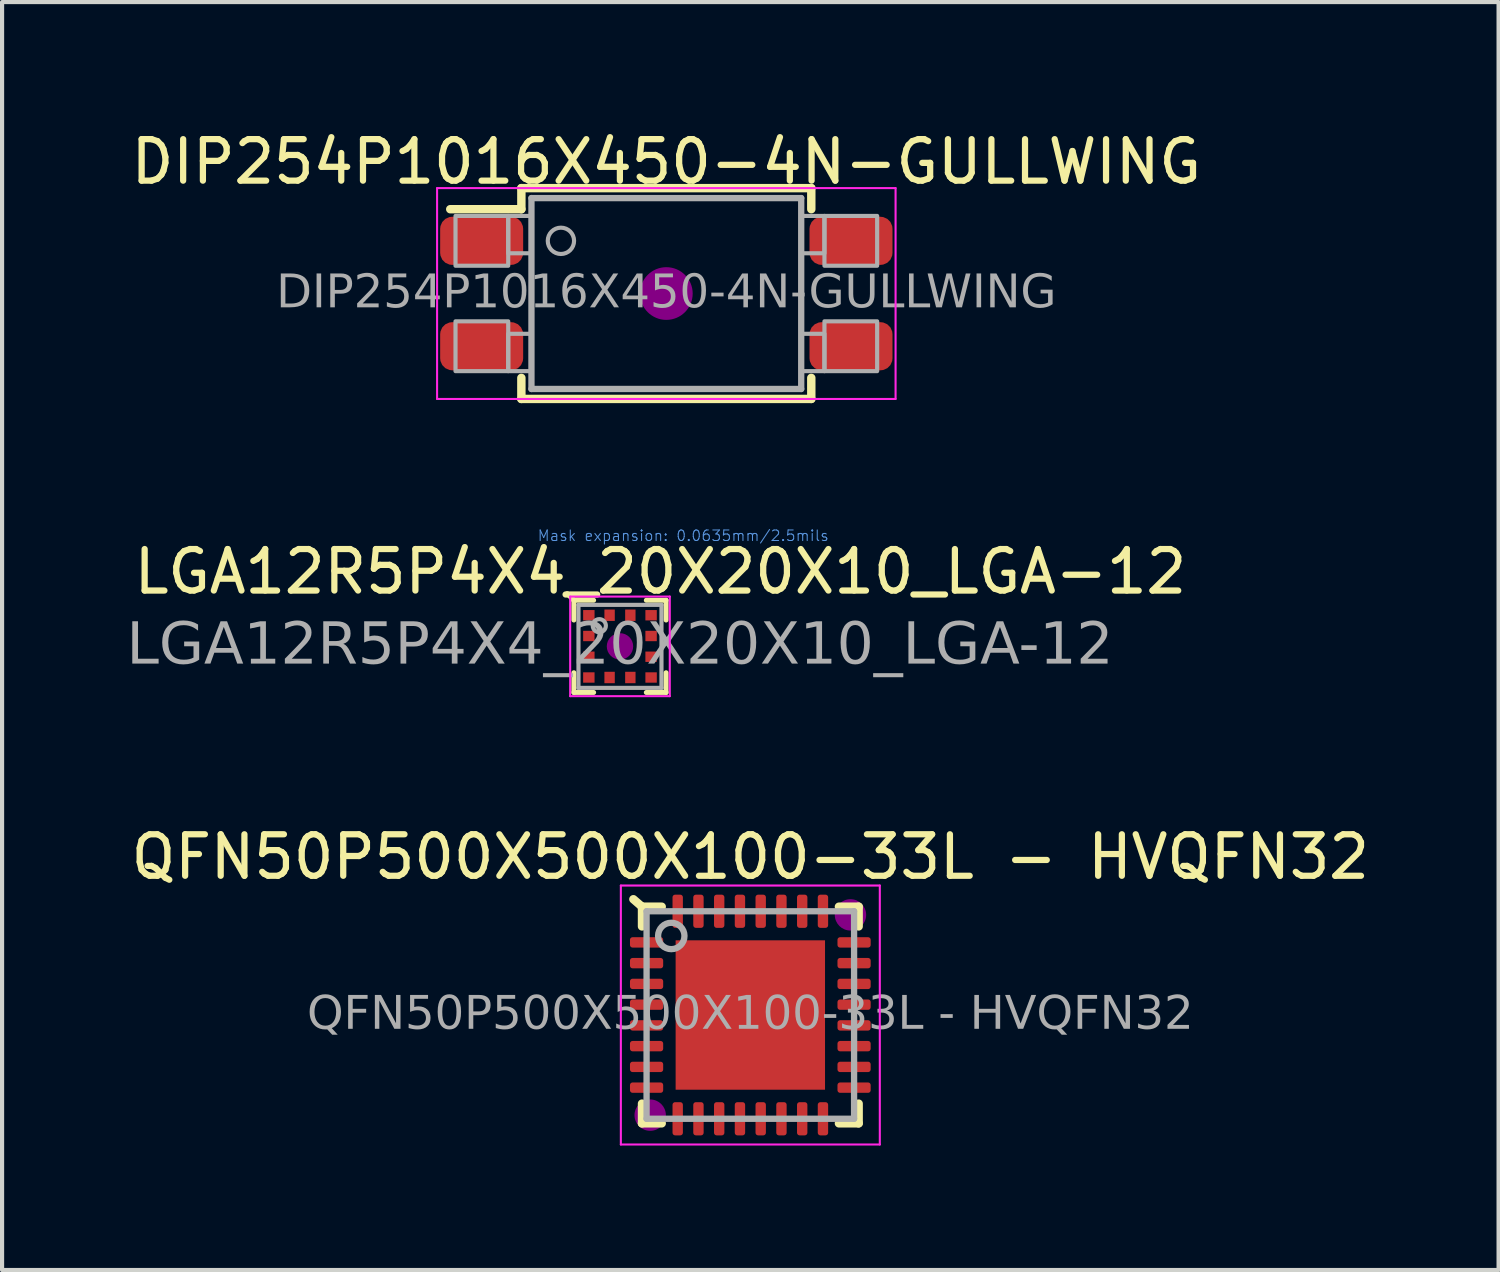
<source format=kicad_pcb>
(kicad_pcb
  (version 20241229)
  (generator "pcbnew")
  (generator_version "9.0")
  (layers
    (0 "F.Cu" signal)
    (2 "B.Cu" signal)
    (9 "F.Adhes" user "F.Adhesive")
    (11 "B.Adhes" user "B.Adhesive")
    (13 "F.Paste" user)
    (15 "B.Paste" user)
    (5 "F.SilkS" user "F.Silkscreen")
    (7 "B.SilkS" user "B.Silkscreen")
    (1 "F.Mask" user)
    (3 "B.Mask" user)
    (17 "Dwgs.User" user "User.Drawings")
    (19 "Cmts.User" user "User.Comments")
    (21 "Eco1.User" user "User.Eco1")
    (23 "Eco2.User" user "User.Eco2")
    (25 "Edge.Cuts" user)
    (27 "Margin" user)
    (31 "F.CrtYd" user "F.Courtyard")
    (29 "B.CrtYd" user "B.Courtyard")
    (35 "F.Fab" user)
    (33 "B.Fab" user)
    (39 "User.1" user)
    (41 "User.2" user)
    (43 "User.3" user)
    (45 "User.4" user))
  (footprint "DIP254P1016X450-4N-GULLWING"
    (layer "F.Cu")
    (at 13.006 4.023)
    (property "Reference" "DIP254P1016X450-4N-GULLWING" (at 0 -3.175 0) (layer "F.SilkS") (effects (font (size 1 1) (thickness 0.15))))
    (attr smd)
    (fp_line (start -3.493 -2.032) (end -5.207 -2.032) (stroke (width 0.203) (type solid)) (layer "F.SilkS"))
    (fp_line (start -3.493 -2.032) (end -3.493 -2.54) (stroke (width 0.203) (type solid)) (layer "F.SilkS"))
    (fp_line (start -3.493 2.54) (end -3.493 2.032) (stroke (width 0.203) (type solid)) (layer "F.SilkS"))
    (fp_line (start -3.493 2.54) (end 3.493 2.54) (stroke (width 0.203) (type solid)) (layer "F.SilkS"))
    (fp_line (start 3.493 -2.54) (end -3.493 -2.54) (stroke (width 0.203) (type solid)) (layer "F.SilkS"))
    (fp_line (start 3.493 -2.032) (end 3.493 -2.54) (stroke (width 0.203) (type solid)) (layer "F.SilkS"))
    (fp_line (start 3.493 2.54) (end 3.493 2.032) (stroke (width 0.203) (type solid)) (layer "F.SilkS"))
    (fp_circle (center 0 0) (end 0.635 0) (stroke (width 0) (type solid)) (fill yes) (layer "F.Adhes"))
    (fp_line (start -5.524 -2.54) (end -5.524 2.54) (stroke (width 0.05) (type solid)) (layer "F.CrtYd"))
    (fp_line (start -5.524 2.54) (end 5.524 2.54) (stroke (width 0.05) (type solid)) (layer "F.CrtYd"))
    (fp_line (start 5.524 -2.54) (end -5.524 -2.54) (stroke (width 0.05) (type solid)) (layer "F.CrtYd"))
    (fp_line (start 5.524 2.54) (end 5.524 -2.54) (stroke (width 0.05) (type solid)) (layer "F.CrtYd"))
    (fp_line (start -3.25 -2.3) (end 3.25 -2.3) (stroke (width 0.152) (type solid)) (layer "F.Fab"))
    (fp_line (start -3.25 2.3) (end -3.25 -2.3) (stroke (width 0.152) (type solid)) (layer "F.Fab"))
    (fp_line (start -3.25 2.3) (end 3.25 2.3) (stroke (width 0.152) (type solid)) (layer "F.Fab"))
    (fp_line (start 3.25 -2.3) (end 3.25 2.3) (stroke (width 0.152) (type solid)) (layer "F.Fab"))
    (fp_rect (start -5.08 -1.87) (end -3.81 -0.67) (stroke (width 0.1) (type solid)) (fill no) (layer "F.Fab"))
    (fp_rect (start -5.08 1.87) (end -3.81 0.67) (stroke (width 0.1) (type solid)) (fill no) (layer "F.Fab"))
    (fp_rect (start -3.81 -1.87) (end -3.25 -0.97) (stroke (width 0.1) (type solid)) (fill no) (layer "F.Fab"))
    (fp_rect (start -3.81 1.87) (end -3.25 0.97) (stroke (width 0.1) (type solid)) (fill no) (layer "F.Fab"))
    (fp_rect (start 3.81 -1.87) (end 3.25 -0.97) (stroke (width 0.1) (type solid)) (fill no) (layer "F.Fab"))
    (fp_rect (start 3.81 1.87) (end 3.25 0.97) (stroke (width 0.1) (type solid)) (fill no) (layer "F.Fab"))
    (fp_rect (start 5.08 -1.87) (end 3.81 -0.67) (stroke (width 0.1) (type solid)) (fill no) (layer "F.Fab"))
    (fp_rect (start 5.08 1.87) (end 3.81 0.67) (stroke (width 0.1) (type solid)) (fill no) (layer "F.Fab"))
    (fp_circle (center -2.54 -1.27) (end -2.223 -1.27) (stroke (width 0.1) (type solid)) (fill no) (layer "F.Fab"))
    (fp_text user "${REFERENCE}" (at 0 0 180) (layer "F.Fab") (effects (font (face "Tahoma") (size 0.8 0.8) (thickness 0.15))))
    (pad "1" smd roundrect (at -4.45 -1.27) (size 2 1.16) (layers "F.Cu" "F.Mask" "F.Paste") (roundrect_rratio 0.25))
    (pad "2" smd roundrect (at -4.45 1.27) (size 2 1.16) (layers "F.Cu" "F.Mask" "F.Paste") (roundrect_rratio 0.25))
    (pad "3" smd roundrect (at 4.45 1.27) (size 2 1.16) (layers "F.Cu" "F.Mask" "F.Paste") (roundrect_rratio 0.25))
    (pad "4" smd roundrect (at 4.45 -1.27) (size 2 1.16) (layers "F.Cu" "F.Mask" "F.Paste") (roundrect_rratio 0.25)))
  (footprint "QFN50P500X500X100-33L - HVQFN32"
    (layer "F.Cu")
    (at 15.03 21.408)
    (property "Reference" "QFN50P500X500X100-33L - HVQFN32" (at 0 -3.81 0) (layer "F.SilkS") (effects (font (size 1 1) (thickness 0.15))))
    (attr smd)
    (fp_line (start -2.61 -2.61) (end -2.818 -2.79) (stroke (width 0.203) (type solid)) (layer "F.SilkS"))
    (fp_line (start -2.61 -2.61) (end -2.61 -2.135) (stroke (width 0.203) (type solid)) (layer "F.SilkS"))
    (fp_line (start -2.61 2.61) (end -2.61 2.135) (stroke (width 0.203) (type solid)) (layer "F.SilkS"))
    (fp_line (start -2.135 -2.61) (end -2.61 -2.61) (stroke (width 0.203) (type solid)) (layer "F.SilkS"))
    (fp_line (start -2.135 2.61) (end -2.61 2.61) (stroke (width 0.203) (type solid)) (layer "F.SilkS"))
    (fp_line (start 2.135 -2.61) (end 2.61 -2.61) (stroke (width 0.203) (type solid)) (layer "F.SilkS"))
    (fp_line (start 2.135 2.61) (end 2.61 2.61) (stroke (width 0.203) (type solid)) (layer "F.SilkS"))
    (fp_line (start 2.61 -2.61) (end 2.61 -2.135) (stroke (width 0.203) (type solid)) (layer "F.SilkS"))
    (fp_line (start 2.61 2.61) (end 2.61 2.135) (stroke (width 0.203) (type solid)) (layer "F.SilkS"))
    (fp_circle (center -2.413 2.413) (end -2.095 2.413) (stroke (width 0.12) (type solid)) (fill yes) (layer "F.Adhes"))
    (fp_circle (center 2.413 -2.413) (end 2.731 -2.413) (stroke (width 0.12) (type solid)) (fill yes) (layer "F.Adhes"))
    (fp_line (start -3.12 -3.12) (end -3.12 3.12) (stroke (width 0.05) (type solid)) (layer "F.CrtYd"))
    (fp_line (start -3.12 3.12) (end 3.12 3.12) (stroke (width 0.05) (type solid)) (layer "F.CrtYd"))
    (fp_line (start 3.12 -3.12) (end -3.12 -3.12) (stroke (width 0.05) (type solid)) (layer "F.CrtYd"))
    (fp_line (start 3.12 3.12) (end 3.12 -3.12) (stroke (width 0.05) (type solid)) (layer "F.CrtYd"))
    (fp_line (start -2.5 -2.5) (end 2.5 -2.5) (stroke (width 0.152) (type solid)) (layer "F.Fab"))
    (fp_line (start -2.5 2.5) (end -2.5 -2.5) (stroke (width 0.152) (type solid)) (layer "F.Fab"))
    (fp_line (start 2.5 -2.5) (end 2.5 2.5) (stroke (width 0.152) (type solid)) (layer "F.Fab"))
    (fp_line (start 2.5 2.5) (end -2.5 2.5) (stroke (width 0.152) (type solid)) (layer "F.Fab"))
    (fp_circle (center -1.905 -1.905) (end -1.587 -1.905) (stroke (width 0.152) (type solid)) (fill no) (layer "F.Fab"))
    (fp_text user "${REFERENCE}" (at 0 0 0) (layer "F.Fab") (effects (font (face "Tahoma") (size 0.8 0.8) (thickness 0.15))))
    (pad "" smd rect (at -1.15 -1.15) (size 0.9 0.9) (layers "F.Paste"))
    (pad "" smd rect (at -1.15 0) (size 0.9 0.9) (layers "F.Paste"))
    (pad "" smd rect (at -1.15 1.15) (size 0.9 0.9) (layers "F.Paste"))
    (pad "" smd rect (at 0 -1.15) (size 0.9 0.9) (layers "F.Paste"))
    (pad "" smd rect (at 0 0) (size 0.9 0.9) (layers "F.Paste"))
    (pad "" smd rect (at 0 1.15) (size 0.9 0.9) (layers "F.Paste"))
    (pad "" smd rect (at 1.15 -1.15) (size 0.9 0.9) (layers "F.Paste"))
    (pad "" smd rect (at 1.15 0) (size 0.9 0.9) (layers "F.Paste"))
    (pad "" smd rect (at 1.15 1.15) (size 0.9 0.9) (layers "F.Paste"))
    (pad "1" smd roundrect (at -2.5 -1.75) (size 0.8 0.25) (layers "F.Cu" "F.Mask" "F.Paste") (roundrect_rratio 0.25))
    (pad "2" smd roundrect (at -2.5 -1.25) (size 0.8 0.25) (layers "F.Cu" "F.Mask" "F.Paste") (roundrect_rratio 0.25))
    (pad "3" smd roundrect (at -2.5 -0.75) (size 0.8 0.25) (layers "F.Cu" "F.Mask" "F.Paste") (roundrect_rratio 0.25))
    (pad "4" smd roundrect (at -2.5 -0.25) (size 0.8 0.25) (layers "F.Cu" "F.Mask" "F.Paste") (roundrect_rratio 0.25))
    (pad "5" smd roundrect (at -2.5 0.25) (size 0.8 0.25) (layers "F.Cu" "F.Mask" "F.Paste") (roundrect_rratio 0.25))
    (pad "6" smd roundrect (at -2.5 0.75) (size 0.8 0.25) (layers "F.Cu" "F.Mask" "F.Paste") (roundrect_rratio 0.25))
    (pad "7" smd roundrect (at -2.5 1.25) (size 0.8 0.25) (layers "F.Cu" "F.Mask" "F.Paste") (roundrect_rratio 0.25))
    (pad "8" smd roundrect (at -2.5 1.75) (size 0.8 0.25) (layers "F.Cu" "F.Mask" "F.Paste") (roundrect_rratio 0.25))
    (pad "9" smd roundrect (at -1.75 2.5) (size 0.25 0.8) (layers "F.Cu" "F.Mask" "F.Paste") (roundrect_rratio 0.25))
    (pad "10" smd roundrect (at -1.25 2.5) (size 0.25 0.8) (layers "F.Cu" "F.Mask" "F.Paste") (roundrect_rratio 0.25))
    (pad "11" smd roundrect (at -0.75 2.5) (size 0.25 0.8) (layers "F.Cu" "F.Mask" "F.Paste") (roundrect_rratio 0.25))
    (pad "12" smd roundrect (at -0.25 2.5) (size 0.25 0.8) (layers "F.Cu" "F.Mask" "F.Paste") (roundrect_rratio 0.25))
    (pad "13" smd roundrect (at 0.25 2.5) (size 0.25 0.8) (layers "F.Cu" "F.Mask" "F.Paste") (roundrect_rratio 0.25))
    (pad "14" smd roundrect (at 0.75 2.5) (size 0.25 0.8) (layers "F.Cu" "F.Mask" "F.Paste") (roundrect_rratio 0.25))
    (pad "15" smd roundrect (at 1.25 2.5) (size 0.25 0.8) (layers "F.Cu" "F.Mask" "F.Paste") (roundrect_rratio 0.25))
    (pad "16" smd roundrect (at 1.75 2.5) (size 0.25 0.8) (layers "F.Cu" "F.Mask" "F.Paste") (roundrect_rratio 0.25))
    (pad "17" smd roundrect (at 2.5 1.75) (size 0.8 0.25) (layers "F.Cu" "F.Mask" "F.Paste") (roundrect_rratio 0.25))
    (pad "18" smd roundrect (at 2.5 1.25) (size 0.8 0.25) (layers "F.Cu" "F.Mask" "F.Paste") (roundrect_rratio 0.25))
    (pad "19" smd roundrect (at 2.5 0.75) (size 0.8 0.25) (layers "F.Cu" "F.Mask" "F.Paste") (roundrect_rratio 0.25))
    (pad "20" smd roundrect (at 2.5 0.25) (size 0.8 0.25) (layers "F.Cu" "F.Mask" "F.Paste") (roundrect_rratio 0.25))
    (pad "21" smd roundrect (at 2.5 -0.25) (size 0.8 0.25) (layers "F.Cu" "F.Mask" "F.Paste") (roundrect_rratio 0.25))
    (pad "22" smd roundrect (at 2.5 -0.75) (size 0.8 0.25) (layers "F.Cu" "F.Mask" "F.Paste") (roundrect_rratio 0.25))
    (pad "23" smd roundrect (at 2.5 -1.25) (size 0.8 0.25) (layers "F.Cu" "F.Mask" "F.Paste") (roundrect_rratio 0.25))
    (pad "24" smd roundrect (at 2.5 -1.75) (size 0.8 0.25) (layers "F.Cu" "F.Mask" "F.Paste") (roundrect_rratio 0.25))
    (pad "25" smd roundrect (at 1.75 -2.5) (size 0.25 0.8) (layers "F.Cu" "F.Mask" "F.Paste") (roundrect_rratio 0.25))
    (pad "26" smd roundrect (at 1.25 -2.5) (size 0.25 0.8) (layers "F.Cu" "F.Mask" "F.Paste") (roundrect_rratio 0.25))
    (pad "27" smd roundrect (at 0.75 -2.5) (size 0.25 0.8) (layers "F.Cu" "F.Mask" "F.Paste") (roundrect_rratio 0.25))
    (pad "28" smd roundrect (at 0.25 -2.5) (size 0.25 0.8) (layers "F.Cu" "F.Mask" "F.Paste") (roundrect_rratio 0.25))
    (pad "29" smd roundrect (at -0.25 -2.5) (size 0.25 0.8) (layers "F.Cu" "F.Mask" "F.Paste") (roundrect_rratio 0.25))
    (pad "30" smd roundrect (at -0.75 -2.5) (size 0.25 0.8) (layers "F.Cu" "F.Mask" "F.Paste") (roundrect_rratio 0.25))
    (pad "31" smd roundrect (at -1.25 -2.5) (size 0.25 0.8) (layers "F.Cu" "F.Mask" "F.Paste") (roundrect_rratio 0.25))
    (pad "32" smd roundrect (at -1.75 -2.5) (size 0.25 0.8) (layers "F.Cu" "F.Mask" "F.Paste") (roundrect_rratio 0.25))
    (pad "33" smd rect (at 0 0) (size 3.6 3.6) (layers "F.Cu" "F.Mask")))
  (footprint "LGA12R5P4X4_20X20X10_LGA-12"
    (layer "F.Cu")
    (at 11.889 12.525)
    (property "Reference" "LGA12R5P4X4_20X20X10_LGA-12" (at 0.975 -1.8 0) (unlocked yes) (layer "F.SilkS") (effects (font (size 1 1) (thickness 0.15))))
    (attr smd)
    (fp_line (start -1.111 -1.111) (end -1.27 -1.27) (stroke (width 0.12) (type solid)) (layer "F.SilkS"))
    (fp_line (start -1.111 -0.635) (end -1.111 -1.111) (stroke (width 0.12) (type solid)) (layer "F.SilkS"))
    (fp_line (start -1.111 0.635) (end -1.111 1.111) (stroke (width 0.12) (type solid)) (layer "F.SilkS"))
    (fp_line (start -0.635 -1.111) (end -1.111 -1.111) (stroke (width 0.12) (type solid)) (layer "F.SilkS"))
    (fp_line (start -0.635 1.111) (end -1.111 1.111) (stroke (width 0.12) (type solid)) (layer "F.SilkS"))
    (fp_line (start 0.635 -1.111) (end 1.111 -1.111) (stroke (width 0.12) (type solid)) (layer "F.SilkS"))
    (fp_line (start 0.635 1.111) (end 1.111 1.111) (stroke (width 0.12) (type solid)) (layer "F.SilkS"))
    (fp_line (start 1.111 -0.635) (end 1.111 -1.111) (stroke (width 0.12) (type solid)) (layer "F.SilkS"))
    (fp_line (start 1.111 0.635) (end 1.111 1.111) (stroke (width 0.12) (type solid)) (layer "F.SilkS"))
    (fp_circle (center 0 0) (end 0.318 0) (stroke (width 0) (type solid)) (fill yes) (layer "F.Adhes"))
    (fp_line (start -1.2 1.2) (end -1.2 -1.2) (stroke (width 0.05) (type solid)) (layer "F.CrtYd"))
    (fp_line (start -1.2 1.2) (end 1.2 1.2) (stroke (width 0.05) (type solid)) (layer "F.CrtYd"))
    (fp_line (start 1.2 -1.2) (end -1.2 -1.2) (stroke (width 0.05) (type solid)) (layer "F.CrtYd"))
    (fp_line (start 1.2 -1.2) (end 1.2 1.2) (stroke (width 0.05) (type solid)) (layer "F.CrtYd"))
    (fp_line (start -1 -1) (end -1 1) (stroke (width 0.1) (type solid)) (layer "F.Fab"))
    (fp_line (start -1 -1) (end 1 -1) (stroke (width 0.1) (type solid)) (layer "F.Fab"))
    (fp_line (start 1 -1) (end 1 1) (stroke (width 0.1) (type solid)) (layer "F.Fab"))
    (fp_line (start 1 1) (end -1 1) (stroke (width 0.1) (type solid)) (layer "F.Fab"))
    (fp_circle (center -0.498 -0.498) (end -0.34 -0.498) (stroke (width 0.1) (type solid)) (fill no) (layer "F.Fab"))
    (fp_text user "Mask expansion: 0.0635mm/2.5mils" (at 1.524 -2.667 0) (layer "Cmts.User") (effects (font (size 0.254 0.254) (thickness 0.025))))
    (fp_text user "${REFERENCE}" (at 0 0 0) (layer "F.Fab") (effects (font (face "Tahoma") (size 1 1) (thickness 0.15))))
    (pad "1" smd rect (at -0.75 -0.75) (size 0.275 0.25) (layers "F.Cu" "F.Mask" "F.Paste"))
    (pad "2" smd rect (at -0.75 -0.25) (size 0.275 0.25) (layers "F.Cu" "F.Mask" "F.Paste"))
    (pad "3" smd rect (at -0.75 0.25) (size 0.275 0.25) (layers "F.Cu" "F.Mask" "F.Paste"))
    (pad "4" smd rect (at -0.75 0.75) (size 0.275 0.25) (layers "F.Cu" "F.Mask" "F.Paste"))
    (pad "5" smd rect (at -0.25 0.75 90) (size 0.275 0.25) (layers "F.Cu" "F.Mask" "F.Paste"))
    (pad "6" smd rect (at 0.25 0.75 90) (size 0.275 0.25) (layers "F.Cu" "F.Mask" "F.Paste"))
    (pad "7" smd rect (at 0.75 0.75) (size 0.275 0.25) (layers "F.Cu" "F.Mask" "F.Paste"))
    (pad "8" smd rect (at 0.75 0.25) (size 0.275 0.25) (layers "F.Cu" "F.Mask" "F.Paste"))
    (pad "9" smd rect (at 0.75 -0.25) (size 0.275 0.25) (layers "F.Cu" "F.Mask" "F.Paste"))
    (pad "10" smd rect (at 0.75 -0.75) (size 0.275 0.25) (layers "F.Cu" "F.Mask" "F.Paste"))
    (pad "11" smd rect (at 0.25 -0.75 90) (size 0.275 0.25) (layers "F.Cu" "F.Mask" "F.Paste"))
    (pad "12" smd rect (at -0.25 -0.75 90) (size 0.275 0.25) (layers "F.Cu" "F.Mask" "F.Paste")))
  (gr_rect
    (start -3 -3)
    (end 33.06 27.553)
    (stroke (width 0.1) (type default))
    (fill no)
    (layer "Edge.Cuts")))
</source>
